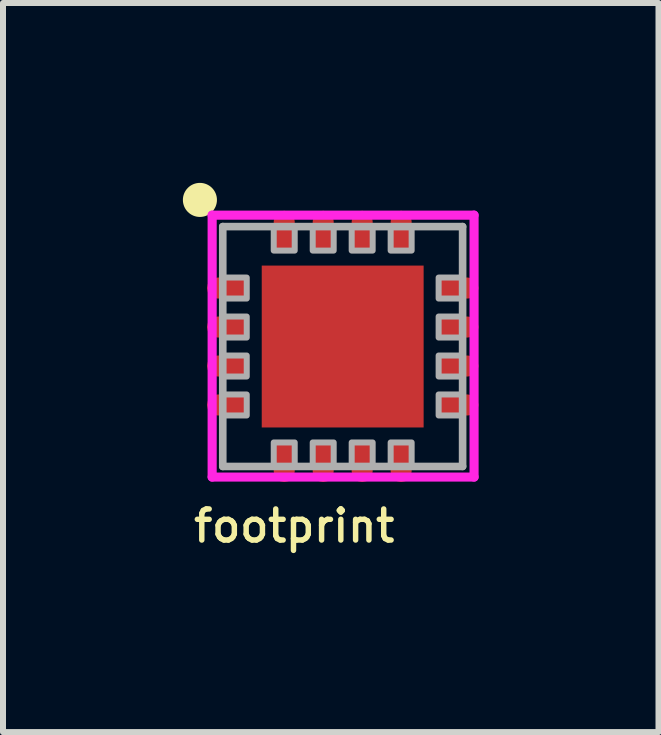
<source format=kicad_pcb>
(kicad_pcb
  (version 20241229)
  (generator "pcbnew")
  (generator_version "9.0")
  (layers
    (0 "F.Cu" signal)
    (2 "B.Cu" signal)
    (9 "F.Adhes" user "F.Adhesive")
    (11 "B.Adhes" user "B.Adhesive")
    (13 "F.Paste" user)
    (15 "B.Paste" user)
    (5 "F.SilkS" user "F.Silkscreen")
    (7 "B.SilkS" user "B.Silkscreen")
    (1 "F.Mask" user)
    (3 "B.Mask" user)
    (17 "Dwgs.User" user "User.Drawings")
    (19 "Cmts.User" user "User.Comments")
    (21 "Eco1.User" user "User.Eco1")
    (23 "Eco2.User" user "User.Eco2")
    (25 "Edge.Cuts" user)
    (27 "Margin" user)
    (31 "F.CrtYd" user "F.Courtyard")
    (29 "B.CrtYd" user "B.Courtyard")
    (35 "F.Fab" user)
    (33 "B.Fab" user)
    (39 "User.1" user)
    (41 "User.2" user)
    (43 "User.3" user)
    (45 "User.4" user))
  (footprint "footprint"
    (layer "F.Cu")
    (at 2.672 2.722)
    (property "Reference" "footprint" (at -2.54 3.302 0) (layer "F.SilkS") (effects (font (size 0.518 0.518) (thickness 0.091)) (justify left bottom)))
    (fp_line (start -2.097 -0.968) (end -1.747 -0.968) (stroke (width 0.35) (type solid)) (layer "F.Mask"))
    (fp_line (start -2.097 -0.318) (end -1.747 -0.318) (stroke (width 0.35) (type solid)) (layer "F.Mask"))
    (fp_line (start -2.097 0.982) (end -1.747 0.982) (stroke (width 0.35) (type solid)) (layer "F.Mask"))
    (fp_line (start -2.095 0.332) (end -1.745 0.332) (stroke (width 0.35) (type solid)) (layer "F.Mask"))
    (fp_line (start -0.983 1.741) (end -0.983 2.091) (stroke (width 0.35) (type solid)) (layer "F.Mask"))
    (fp_line (start -0.982 -2.082) (end -0.982 -1.732) (stroke (width 0.35) (type solid)) (layer "F.Mask"))
    (fp_line (start -0.333 1.741) (end -0.333 2.091) (stroke (width 0.35) (type solid)) (layer "F.Mask"))
    (fp_line (start -0.332 -2.082) (end -0.332 -1.732) (stroke (width 0.35) (type solid)) (layer "F.Mask"))
    (fp_line (start 0.317 1.741) (end 0.317 2.091) (stroke (width 0.35) (type solid)) (layer "F.Mask"))
    (fp_line (start 0.318 -2.082) (end 0.318 -1.732) (stroke (width 0.35) (type solid)) (layer "F.Mask"))
    (fp_line (start 0.968 -2.082) (end 0.968 -1.732) (stroke (width 0.35) (type solid)) (layer "F.Mask"))
    (fp_line (start 0.969 1.741) (end 0.969 2.091) (stroke (width 0.35) (type solid)) (layer "F.Mask"))
    (fp_line (start 1.733 -0.968) (end 2.083 -0.968) (stroke (width 0.35) (type solid)) (layer "F.Mask"))
    (fp_line (start 1.733 -0.318) (end 2.083 -0.318) (stroke (width 0.35) (type solid)) (layer "F.Mask"))
    (fp_line (start 1.733 0.982) (end 2.083 0.982) (stroke (width 0.35) (type solid)) (layer "F.Mask"))
    (fp_line (start 1.735 0.332) (end 2.085 0.332) (stroke (width 0.35) (type solid)) (layer "F.Mask"))
    (fp_circle (center -2.388 -2.438) (end -2.246 -2.438) (stroke (width 0.284) (type solid)) (fill yes) (layer "F.SilkS"))
    (fp_line (start -2.098 -0.968) (end -1.748 -0.968) (stroke (width 0.26) (type solid)) (layer "F.Paste"))
    (fp_line (start -2.098 -0.318) (end -1.748 -0.318) (stroke (width 0.26) (type solid)) (layer "F.Paste"))
    (fp_line (start -2.098 0.332) (end -1.748 0.332) (stroke (width 0.26) (type solid)) (layer "F.Paste"))
    (fp_line (start -2.098 0.982) (end -1.748 0.982) (stroke (width 0.26) (type solid)) (layer "F.Paste"))
    (fp_line (start -0.982 -2.084) (end -0.982 -1.734) (stroke (width 0.26) (type solid)) (layer "F.Paste"))
    (fp_line (start -0.982 1.741) (end -0.982 2.091) (stroke (width 0.26) (type solid)) (layer "F.Paste"))
    (fp_line (start -0.332 -2.084) (end -0.332 -1.734) (stroke (width 0.26) (type solid)) (layer "F.Paste"))
    (fp_line (start -0.332 1.741) (end -0.332 2.091) (stroke (width 0.26) (type solid)) (layer "F.Paste"))
    (fp_line (start 0.318 -2.084) (end 0.318 -1.734) (stroke (width 0.26) (type solid)) (layer "F.Paste"))
    (fp_line (start 0.318 1.741) (end 0.318 2.091) (stroke (width 0.26) (type solid)) (layer "F.Paste"))
    (fp_line (start 0.968 -2.084) (end 0.968 -1.734) (stroke (width 0.26) (type solid)) (layer "F.Paste"))
    (fp_line (start 0.968 1.741) (end 0.968 2.091) (stroke (width 0.26) (type solid)) (layer "F.Paste"))
    (fp_line (start 1.727 -0.968) (end 2.077 -0.968) (stroke (width 0.26) (type solid)) (layer "F.Paste"))
    (fp_line (start 1.727 -0.318) (end 2.077 -0.318) (stroke (width 0.26) (type solid)) (layer "F.Paste"))
    (fp_line (start 1.727 0.332) (end 2.077 0.332) (stroke (width 0.26) (type solid)) (layer "F.Paste"))
    (fp_line (start 1.727 0.982) (end 2.077 0.982) (stroke (width 0.26) (type solid)) (layer "F.Paste"))
    (fp_poly (pts (xy -0.9 -0.1) (xy -0.1 -0.1) (xy -0.1 -0.9) (xy -0.9 -0.9)) (stroke (width 0) (type solid)) (fill yes) (layer "F.Paste"))
    (fp_poly (pts (xy -0.9 0.9) (xy -0.1 0.9) (xy -0.1 0.1) (xy -0.9 0.1)) (stroke (width 0) (type solid)) (fill yes) (layer "F.Paste"))
    (fp_poly (pts (xy 0.1 -0.1) (xy 0.9 -0.1) (xy 0.9 -0.9) (xy 0.1 -0.9)) (stroke (width 0) (type solid)) (fill yes) (layer "F.Paste"))
    (fp_poly (pts (xy 0.1 0.9) (xy 0.9 0.9) (xy 0.9 0.1) (xy 0.1 0.1)) (stroke (width 0) (type solid)) (fill yes) (layer "F.Paste"))
    (fp_line (start -2.184 -2.184) (end -2.184 2.184) (stroke (width 0.152) (type solid)) (layer "F.CrtYd"))
    (fp_line (start -2.184 2.184) (end 2.184 2.184) (stroke (width 0.152) (type solid)) (layer "F.CrtYd"))
    (fp_line (start 2.184 -2.184) (end -2.184 -2.184) (stroke (width 0.152) (type solid)) (layer "F.CrtYd"))
    (fp_line (start 2.184 2.184) (end 2.184 -2.184) (stroke (width 0.152) (type solid)) (layer "F.CrtYd"))
    (fp_line (start -2.007 -1.993) (end -2.007 2.007) (stroke (width 0.127) (type solid)) (layer "F.Fab"))
    (fp_line (start -2.007 2.007) (end 1.993 2.007) (stroke (width 0.127) (type solid)) (layer "F.Fab"))
    (fp_line (start 1.993 -1.993) (end -2.007 -1.993) (stroke (width 0.127) (type solid)) (layer "F.Fab"))
    (fp_line (start 1.993 2.007) (end 1.993 -1.993) (stroke (width 0.127) (type solid)) (layer "F.Fab"))
    (fp_poly (pts (xy -2.007 -0.793) (xy -1.607 -0.793) (xy -1.607 -1.143) (xy -2.007 -1.143)) (stroke (width 0.1) (type solid)) (fill no) (layer "F.Fab"))
    (fp_poly (pts (xy -2.007 -0.143) (xy -1.607 -0.143) (xy -1.607 -0.493) (xy -2.007 -0.493)) (stroke (width 0.1) (type solid)) (fill no) (layer "F.Fab"))
    (fp_poly (pts (xy -2.007 0.507) (xy -1.607 0.507) (xy -1.607 0.157) (xy -2.007 0.157)) (stroke (width 0.1) (type solid)) (fill no) (layer "F.Fab"))
    (fp_poly (pts (xy -2.007 1.157) (xy -1.607 1.157) (xy -1.607 0.807) (xy -2.007 0.807)) (stroke (width 0.1) (type solid)) (fill no) (layer "F.Fab"))
    (fp_poly (pts (xy -0.807 -1.593) (xy -0.807 -1.993) (xy -1.157 -1.993) (xy -1.157 -1.593)) (stroke (width 0.1) (type solid)) (fill no) (layer "F.Fab"))
    (fp_poly (pts (xy -0.807 2.007) (xy -0.807 1.607) (xy -1.157 1.607) (xy -1.157 2.007)) (stroke (width 0.1) (type solid)) (fill no) (layer "F.Fab"))
    (fp_poly (pts (xy -0.157 -1.593) (xy -0.157 -1.993) (xy -0.507 -1.993) (xy -0.507 -1.593)) (stroke (width 0.1) (type solid)) (fill no) (layer "F.Fab"))
    (fp_poly (pts (xy -0.157 2.007) (xy -0.157 1.607) (xy -0.507 1.607) (xy -0.507 2.007)) (stroke (width 0.1) (type solid)) (fill no) (layer "F.Fab"))
    (fp_poly (pts (xy 0.493 -1.593) (xy 0.493 -1.993) (xy 0.143 -1.993) (xy 0.143 -1.593)) (stroke (width 0.1) (type solid)) (fill no) (layer "F.Fab"))
    (fp_poly (pts (xy 0.493 2.007) (xy 0.493 1.607) (xy 0.143 1.607) (xy 0.143 2.007)) (stroke (width 0.1) (type solid)) (fill no) (layer "F.Fab"))
    (fp_poly (pts (xy 1.143 -1.593) (xy 1.143 -1.993) (xy 0.793 -1.993) (xy 0.793 -1.593)) (stroke (width 0.1) (type solid)) (fill no) (layer "F.Fab"))
    (fp_poly (pts (xy 1.143 2.007) (xy 1.143 1.607) (xy 0.793 1.607) (xy 0.793 2.007)) (stroke (width 0.1) (type solid)) (fill no) (layer "F.Fab"))
    (fp_poly (pts (xy 1.593 -0.793) (xy 1.993 -0.793) (xy 1.993 -1.143) (xy 1.593 -1.143)) (stroke (width 0.1) (type solid)) (fill no) (layer "F.Fab"))
    (fp_poly (pts (xy 1.593 -0.143) (xy 1.993 -0.143) (xy 1.993 -0.493) (xy 1.593 -0.493)) (stroke (width 0.1) (type solid)) (fill no) (layer "F.Fab"))
    (fp_poly (pts (xy 1.593 0.507) (xy 1.993 0.507) (xy 1.993 0.157) (xy 1.593 0.157)) (stroke (width 0.1) (type solid)) (fill no) (layer "F.Fab"))
    (fp_poly (pts (xy 1.593 1.157) (xy 1.993 1.157) (xy 1.993 0.807) (xy 1.593 0.807)) (stroke (width 0.1) (type solid)) (fill no) (layer "F.Fab"))
    (pad "1" smd roundrect (at -1.919 -0.968 270) (size 0.35 0.7) (layers "F.Cu") (roundrect_rratio 0.5))
    (pad "2" smd roundrect (at -1.919 -0.318 270) (size 0.35 0.7) (layers "F.Cu") (roundrect_rratio 0.5))
    (pad "3" smd roundrect (at -1.919 0.332 270) (size 0.35 0.7) (layers "F.Cu") (roundrect_rratio 0.5))
    (pad "4" smd roundrect (at -1.919 0.982 270) (size 0.35 0.7) (layers "F.Cu") (roundrect_rratio 0.5))
    (pad "5" smd roundrect (at -0.982 1.917) (size 0.35 0.7) (layers "F.Cu") (roundrect_rratio 0.5))
    (pad "6" smd roundrect (at -0.332 1.917) (size 0.35 0.7) (layers "F.Cu") (roundrect_rratio 0.5))
    (pad "7" smd roundrect (at 0.318 1.917) (size 0.35 0.7) (layers "F.Cu") (roundrect_rratio 0.5))
    (pad "8" smd roundrect (at 0.968 1.917) (size 0.35 0.7) (layers "F.Cu") (roundrect_rratio 0.5))
    (pad "9" smd roundrect (at 1.908 0.982 90) (size 0.35 0.7) (layers "F.Cu") (roundrect_rratio 0.5))
    (pad "10" smd roundrect (at 1.908 0.332 90) (size 0.35 0.7) (layers "F.Cu") (roundrect_rratio 0.5))
    (pad "11" smd roundrect (at 1.908 -0.318 90) (size 0.35 0.7) (layers "F.Cu") (roundrect_rratio 0.5))
    (pad "12" smd roundrect (at 1.908 -0.968 90) (size 0.35 0.7) (layers "F.Cu") (roundrect_rratio 0.5))
    (pad "13" smd roundrect (at 0.968 -1.907 180) (size 0.35 0.7) (layers "F.Cu") (roundrect_rratio 0.5))
    (pad "14" smd roundrect (at 0.318 -1.907 180) (size 0.35 0.7) (layers "F.Cu") (roundrect_rratio 0.5))
    (pad "15" smd roundrect (at -0.332 -1.907 180) (size 0.35 0.7) (layers "F.Cu") (roundrect_rratio 0.5))
    (pad "16" smd roundrect (at -0.982 -1.907 180) (size 0.35 0.7) (layers "F.Cu") (roundrect_rratio 0.5))
    (pad "17" smd rect (at -0.007 0.007) (size 2.7 2.7) (layers "F.Cu" "F.Mask")))
  (gr_rect
    (start -3 -3)
    (end 7.932 9.159)
    (stroke (width 0.1) (type default))
    (fill no)
    (layer "Edge.Cuts")))
</source>
